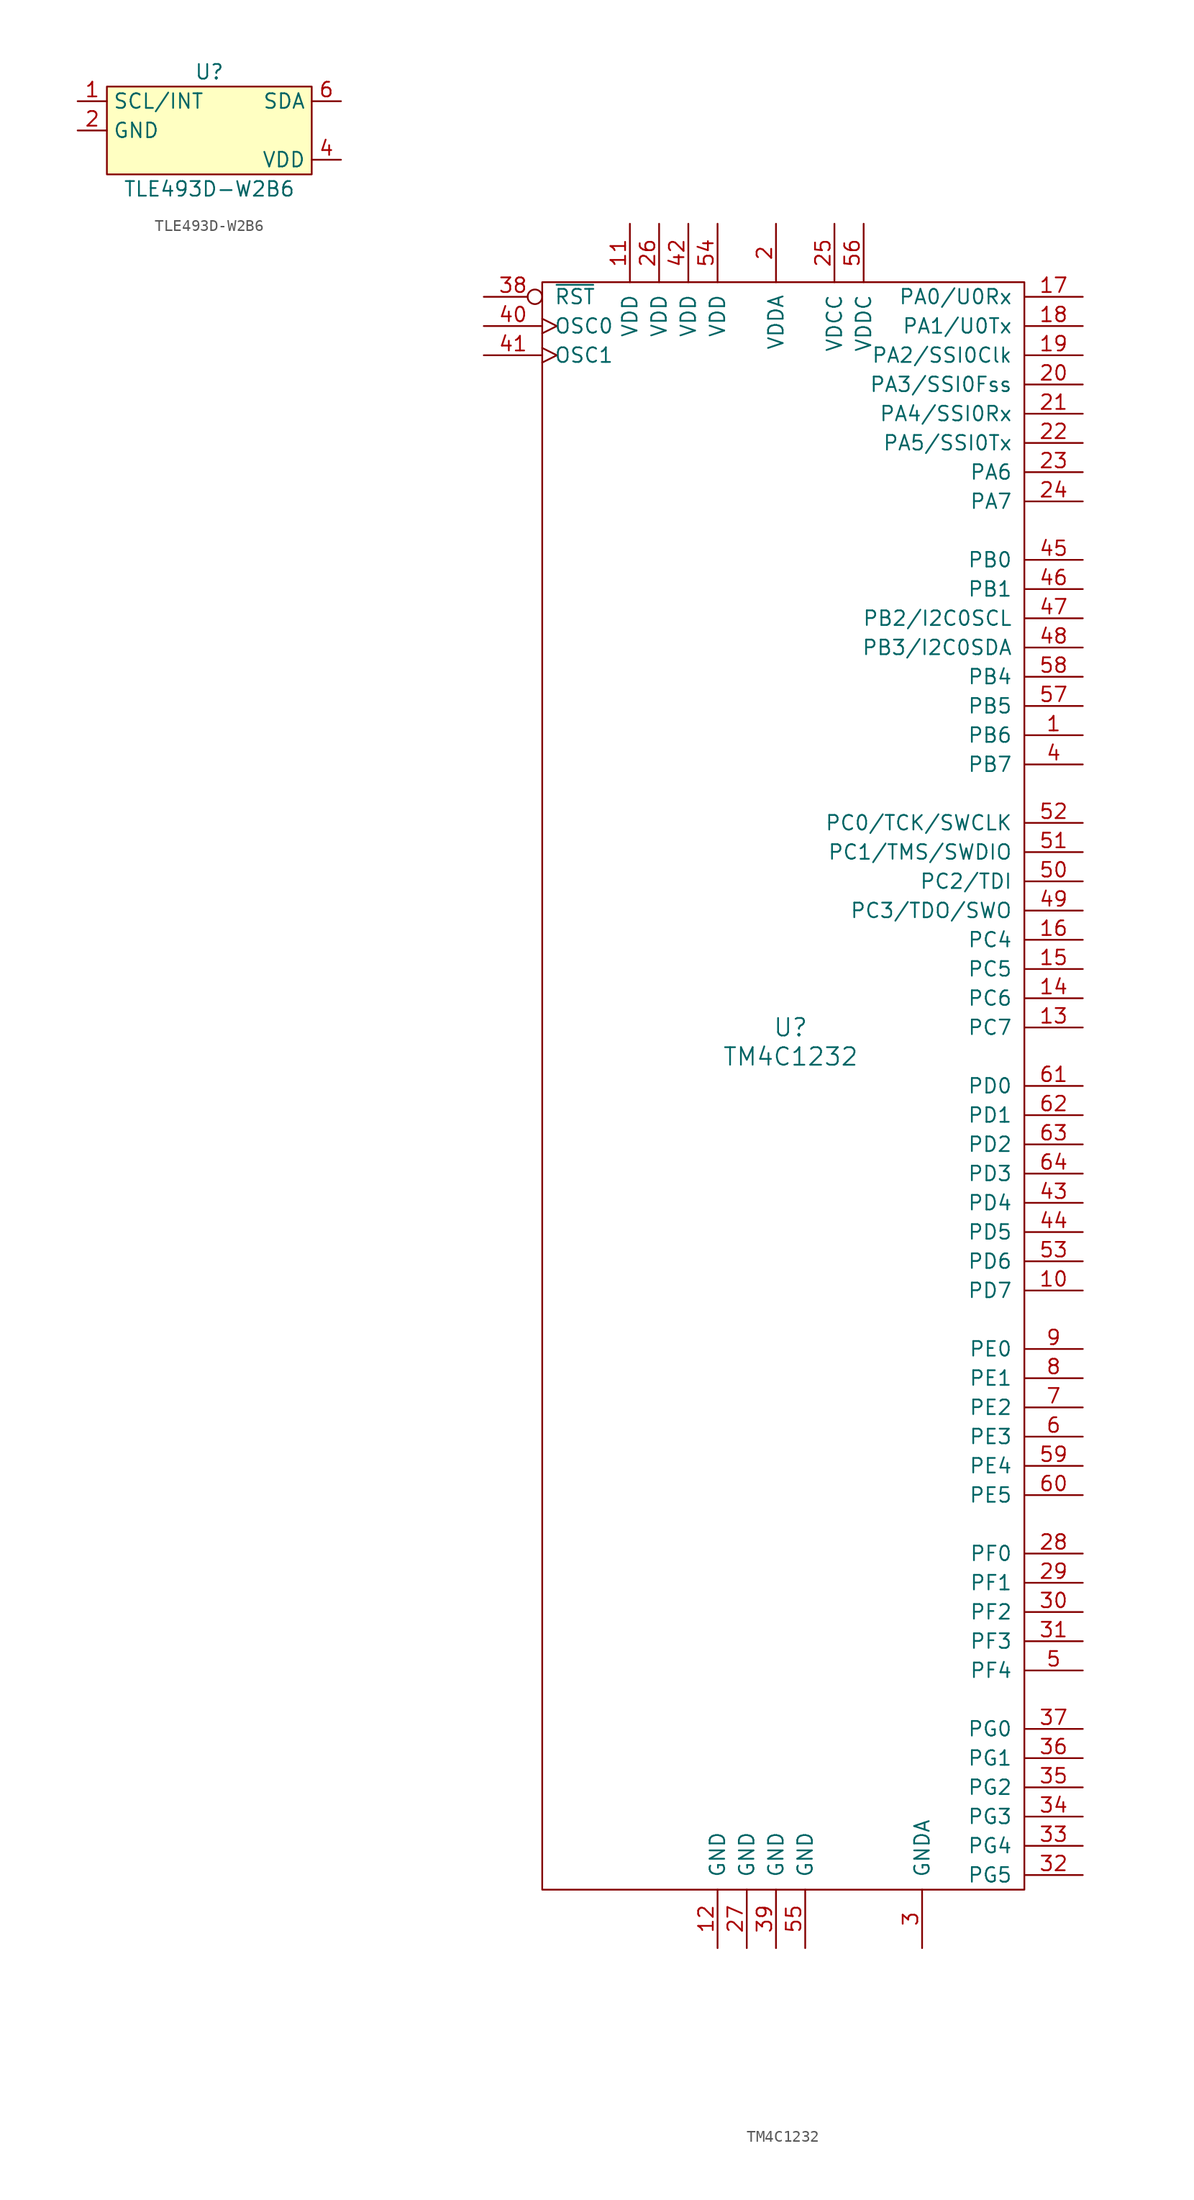
<source format=kicad_sym>
(kicad_symbol_lib
  (version 20211014)
  (generator kicad_symbol_editor)
  (symbol "TLE493D-W2B6"
    (property "Reference" "U"
      (at 0 5.08 0)
      (effects (font (size 1.27 1.27))))
    (property "Value" "TLE493D-W2B6"
      (at 0 -5.08 0)
      (effects (font (size 1.27 1.27))))
    (symbol "TLE493D-W2B6_0_1"
      (rectangle (start -8.89 3.81) (end 8.89 -3.81) (stroke (width 0.152) (type default) (color 0 0 0 0)) (fill (type background))))
    (symbol "TLE493D-W2B6_1_1"
      (pin bidirectional line (at -11.43 2.54 0) (length 2.54) (name "SCL/INT" (effects (font (size 1.27 1.27)))) (number "1" (effects (font (size 1.27 1.27)))))
      (pin passive line (at -11.43 0 0) (length 2.54) (name "GND" (effects (font (size 1.27 1.27)))) (number "2" (effects (font (size 1.27 1.27)))))
      (pin passive line (at -11.43 0 0) (length 2.54) hide (name "GND" (effects (font (size 1.27 1.27)))) (number "3" (effects (font (size 1.27 1.27)))))
      (pin passive line (at 11.43 -2.54 180) (length 2.54) (name "VDD" (effects (font (size 1.27 1.27)))) (number "4" (effects (font (size 1.27 1.27)))))
      (pin passive line (at -11.43 0 0) (length 2.54) hide (name "GND" (effects (font (size 1.27 1.27)))) (number "5" (effects (font (size 1.27 1.27)))))
      (pin bidirectional line (at 11.43 2.54 180) (length 2.54) (name "SDA" (effects (font (size 1.27 1.27)))) (number "6" (effects (font (size 1.27 1.27)))))))
  (symbol "TM4C1232"
    (pin_names
      (offset 1.016))
    (property "Reference" "U"
      (at 0 2.54 0)
      (effects (font (size 1.524 1.524))))
    (property "Value" "TM4C1232"
      (at 0 0 0)
      (effects (font (size 1.524 1.524))))
    (symbol "TM4C1232_0_1"
      (rectangle (start 20.32 67.31) (end -21.59 -72.39) (stroke (width 0) (type default) (color 0 0 0 0)) (fill (type none))))
    (symbol "TM4C1232_1_1"
      (pin tri_state line (at 25.4 27.94 180) (length 5.08) (name "PB6" (effects (font (size 1.27 1.27)))) (number "1" (effects (font (size 1.27 1.27)))))
      (pin tri_state line (at 25.4 -20.32 180) (length 5.08) (name "PD7" (effects (font (size 1.27 1.27)))) (number "10" (effects (font (size 1.27 1.27)))))
      (pin power_in line (at -13.97 72.39 270) (length 5.08) (name "VDD" (effects (font (size 1.27 1.27)))) (number "11" (effects (font (size 1.27 1.27)))))
      (pin power_in line (at -6.35 -77.47 90) (length 5.08) (name "GND" (effects (font (size 1.27 1.27)))) (number "12" (effects (font (size 1.27 1.27)))))
      (pin tri_state line (at 25.4 2.54 180) (length 5.08) (name "PC7" (effects (font (size 1.27 1.27)))) (number "13" (effects (font (size 1.27 1.27)))))
      (pin tri_state line (at 25.4 5.08 180) (length 5.08) (name "PC6" (effects (font (size 1.27 1.27)))) (number "14" (effects (font (size 1.27 1.27)))))
      (pin tri_state line (at 25.4 7.62 180) (length 5.08) (name "PC5" (effects (font (size 1.27 1.27)))) (number "15" (effects (font (size 1.27 1.27)))))
      (pin tri_state line (at 25.4 10.16 180) (length 5.08) (name "PC4" (effects (font (size 1.27 1.27)))) (number "16" (effects (font (size 1.27 1.27)))))
      (pin tri_state line (at 25.4 66.04 180) (length 5.08) (name "PA0/U0Rx" (effects (font (size 1.27 1.27)))) (number "17" (effects (font (size 1.27 1.27)))))
      (pin tri_state line (at 25.4 63.5 180) (length 5.08) (name "PA1/U0Tx" (effects (font (size 1.27 1.27)))) (number "18" (effects (font (size 1.27 1.27)))))
      (pin tri_state line (at 25.4 60.96 180) (length 5.08) (name "PA2/SSI0Clk" (effects (font (size 1.27 1.27)))) (number "19" (effects (font (size 1.27 1.27)))))
      (pin power_in line (at -1.27 72.39 270) (length 5.08) (name "VDDA" (effects (font (size 1.27 1.27)))) (number "2" (effects (font (size 1.27 1.27)))))
      (pin tri_state line (at 25.4 58.42 180) (length 5.08) (name "PA3/SSI0Fss" (effects (font (size 1.27 1.27)))) (number "20" (effects (font (size 1.27 1.27)))))
      (pin tri_state line (at 25.4 55.88 180) (length 5.08) (name "PA4/SSI0Rx" (effects (font (size 1.27 1.27)))) (number "21" (effects (font (size 1.27 1.27)))))
      (pin tri_state line (at 25.4 53.34 180) (length 5.08) (name "PA5/SSI0Tx" (effects (font (size 1.27 1.27)))) (number "22" (effects (font (size 1.27 1.27)))))
      (pin tri_state line (at 25.4 50.8 180) (length 5.08) (name "PA6" (effects (font (size 1.27 1.27)))) (number "23" (effects (font (size 1.27 1.27)))))
      (pin tri_state line (at 25.4 48.26 180) (length 5.08) (name "PA7" (effects (font (size 1.27 1.27)))) (number "24" (effects (font (size 1.27 1.27)))))
      (pin power_in line (at 3.81 72.39 270) (length 5.08) (name "VDCC" (effects (font (size 1.27 1.27)))) (number "25" (effects (font (size 1.27 1.27)))))
      (pin power_in line (at -11.43 72.39 270) (length 5.08) (name "VDD" (effects (font (size 1.27 1.27)))) (number "26" (effects (font (size 1.27 1.27)))))
      (pin power_in line (at -3.81 -77.47 90) (length 5.08) (name "GND" (effects (font (size 1.27 1.27)))) (number "27" (effects (font (size 1.27 1.27)))))
      (pin tri_state line (at 25.4 -43.18 180) (length 5.08) (name "PF0" (effects (font (size 1.27 1.27)))) (number "28" (effects (font (size 1.27 1.27)))))
      (pin tri_state line (at 25.4 -45.72 180) (length 5.08) (name "PF1" (effects (font (size 1.27 1.27)))) (number "29" (effects (font (size 1.27 1.27)))))
      (pin power_in line (at 11.43 -77.47 90) (length 5.08) (name "GNDA" (effects (font (size 1.27 1.27)))) (number "3" (effects (font (size 1.27 1.27)))))
      (pin tri_state line (at 25.4 -48.26 180) (length 5.08) (name "PF2" (effects (font (size 1.27 1.27)))) (number "30" (effects (font (size 1.27 1.27)))))
      (pin tri_state line (at 25.4 -50.8 180) (length 5.08) (name "PF3" (effects (font (size 1.27 1.27)))) (number "31" (effects (font (size 1.27 1.27)))))
      (pin tri_state line (at 25.4 -71.12 180) (length 5.08) (name "PG5" (effects (font (size 1.27 1.27)))) (number "32" (effects (font (size 1.27 1.27)))))
      (pin tri_state line (at 25.4 -68.58 180) (length 5.08) (name "PG4" (effects (font (size 1.27 1.27)))) (number "33" (effects (font (size 1.27 1.27)))))
      (pin tri_state line (at 25.4 -66.04 180) (length 5.08) (name "PG3" (effects (font (size 1.27 1.27)))) (number "34" (effects (font (size 1.27 1.27)))))
      (pin tri_state line (at 25.4 -63.5 180) (length 5.08) (name "PG2" (effects (font (size 1.27 1.27)))) (number "35" (effects (font (size 1.27 1.27)))))
      (pin tri_state line (at 25.4 -60.96 180) (length 5.08) (name "PG1" (effects (font (size 1.27 1.27)))) (number "36" (effects (font (size 1.27 1.27)))))
      (pin tri_state line (at 25.4 -58.42 180) (length 5.08) (name "PG0" (effects (font (size 1.27 1.27)))) (number "37" (effects (font (size 1.27 1.27)))))
      (pin input inverted (at -26.67 66.04 0) (length 5.08) (name "~{RST}" (effects (font (size 1.27 1.27)))) (number "38" (effects (font (size 1.27 1.27)))))
      (pin power_in line (at -1.27 -77.47 90) (length 5.08) (name "GND" (effects (font (size 1.27 1.27)))) (number "39" (effects (font (size 1.27 1.27)))))
      (pin tri_state line (at 25.4 25.4 180) (length 5.08) (name "PB7" (effects (font (size 1.27 1.27)))) (number "4" (effects (font (size 1.27 1.27)))))
      (pin output clock (at -26.67 63.5 0) (length 5.08) (name "OSC0" (effects (font (size 1.27 1.27)))) (number "40" (effects (font (size 1.27 1.27)))))
      (pin input clock (at -26.67 60.96 0) (length 5.08) (name "OSC1" (effects (font (size 1.27 1.27)))) (number "41" (effects (font (size 1.27 1.27)))))
      (pin power_in line (at -8.89 72.39 270) (length 5.08) (name "VDD" (effects (font (size 1.27 1.27)))) (number "42" (effects (font (size 1.27 1.27)))))
      (pin tri_state line (at 25.4 -12.7 180) (length 5.08) (name "PD4" (effects (font (size 1.27 1.27)))) (number "43" (effects (font (size 1.27 1.27)))))
      (pin tri_state line (at 25.4 -15.24 180) (length 5.08) (name "PD5" (effects (font (size 1.27 1.27)))) (number "44" (effects (font (size 1.27 1.27)))))
      (pin tri_state line (at 25.4 43.18 180) (length 5.08) (name "PB0" (effects (font (size 1.27 1.27)))) (number "45" (effects (font (size 1.27 1.27)))))
      (pin tri_state line (at 25.4 40.64 180) (length 5.08) (name "PB1" (effects (font (size 1.27 1.27)))) (number "46" (effects (font (size 1.27 1.27)))))
      (pin tri_state line (at 25.4 38.1 180) (length 5.08) (name "PB2/I2C0SCL" (effects (font (size 1.27 1.27)))) (number "47" (effects (font (size 1.27 1.27)))))
      (pin tri_state line (at 25.4 35.56 180) (length 5.08) (name "PB3/I2C0SDA" (effects (font (size 1.27 1.27)))) (number "48" (effects (font (size 1.27 1.27)))))
      (pin tri_state line (at 25.4 12.7 180) (length 5.08) (name "PC3/TDO/SWO" (effects (font (size 1.27 1.27)))) (number "49" (effects (font (size 1.27 1.27)))))
      (pin tri_state line (at 25.4 -53.34 180) (length 5.08) (name "PF4" (effects (font (size 1.27 1.27)))) (number "5" (effects (font (size 1.27 1.27)))))
      (pin tri_state line (at 25.4 15.24 180) (length 5.08) (name "PC2/TDI" (effects (font (size 1.27 1.27)))) (number "50" (effects (font (size 1.27 1.27)))))
      (pin tri_state line (at 25.4 17.78 180) (length 5.08) (name "PC1/TMS/SWDIO" (effects (font (size 1.27 1.27)))) (number "51" (effects (font (size 1.27 1.27)))))
      (pin tri_state line (at 25.4 20.32 180) (length 5.08) (name "PC0/TCK/SWCLK" (effects (font (size 1.27 1.27)))) (number "52" (effects (font (size 1.27 1.27)))))
      (pin tri_state line (at 25.4 -17.78 180) (length 5.08) (name "PD6" (effects (font (size 1.27 1.27)))) (number "53" (effects (font (size 1.27 1.27)))))
      (pin power_in line (at -6.35 72.39 270) (length 5.08) (name "VDD" (effects (font (size 1.27 1.27)))) (number "54" (effects (font (size 1.27 1.27)))))
      (pin power_in line (at 1.27 -77.47 90) (length 5.08) (name "GND" (effects (font (size 1.27 1.27)))) (number "55" (effects (font (size 1.27 1.27)))))
      (pin power_in line (at 6.35 72.39 270) (length 5.08) (name "VDDC" (effects (font (size 1.27 1.27)))) (number "56" (effects (font (size 1.27 1.27)))))
      (pin tri_state line (at 25.4 30.48 180) (length 5.08) (name "PB5" (effects (font (size 1.27 1.27)))) (number "57" (effects (font (size 1.27 1.27)))))
      (pin tri_state line (at 25.4 33.02 180) (length 5.08) (name "PB4" (effects (font (size 1.27 1.27)))) (number "58" (effects (font (size 1.27 1.27)))))
      (pin tri_state line (at 25.4 -35.56 180) (length 5.08) (name "PE4" (effects (font (size 1.27 1.27)))) (number "59" (effects (font (size 1.27 1.27)))))
      (pin tri_state line (at 25.4 -33.02 180) (length 5.08) (name "PE3" (effects (font (size 1.27 1.27)))) (number "6" (effects (font (size 1.27 1.27)))))
      (pin tri_state line (at 25.4 -38.1 180) (length 5.08) (name "PE5" (effects (font (size 1.27 1.27)))) (number "60" (effects (font (size 1.27 1.27)))))
      (pin tri_state line (at 25.4 -2.54 180) (length 5.08) (name "PD0" (effects (font (size 1.27 1.27)))) (number "61" (effects (font (size 1.27 1.27)))))
      (pin tri_state line (at 25.4 -5.08 180) (length 5.08) (name "PD1" (effects (font (size 1.27 1.27)))) (number "62" (effects (font (size 1.27 1.27)))))
      (pin tri_state line (at 25.4 -7.62 180) (length 5.08) (name "PD2" (effects (font (size 1.27 1.27)))) (number "63" (effects (font (size 1.27 1.27)))))
      (pin tri_state line (at 25.4 -10.16 180) (length 5.08) (name "PD3" (effects (font (size 1.27 1.27)))) (number "64" (effects (font (size 1.27 1.27)))))
      (pin tri_state line (at 25.4 -30.48 180) (length 5.08) (name "PE2" (effects (font (size 1.27 1.27)))) (number "7" (effects (font (size 1.27 1.27)))))
      (pin tri_state line (at 25.4 -27.94 180) (length 5.08) (name "PE1" (effects (font (size 1.27 1.27)))) (number "8" (effects (font (size 1.27 1.27)))))
      (pin tri_state line (at 25.4 -25.4 180) (length 5.08) (name "PE0" (effects (font (size 1.27 1.27)))) (number "9" (effects (font (size 1.27 1.27))))))))
</source>
